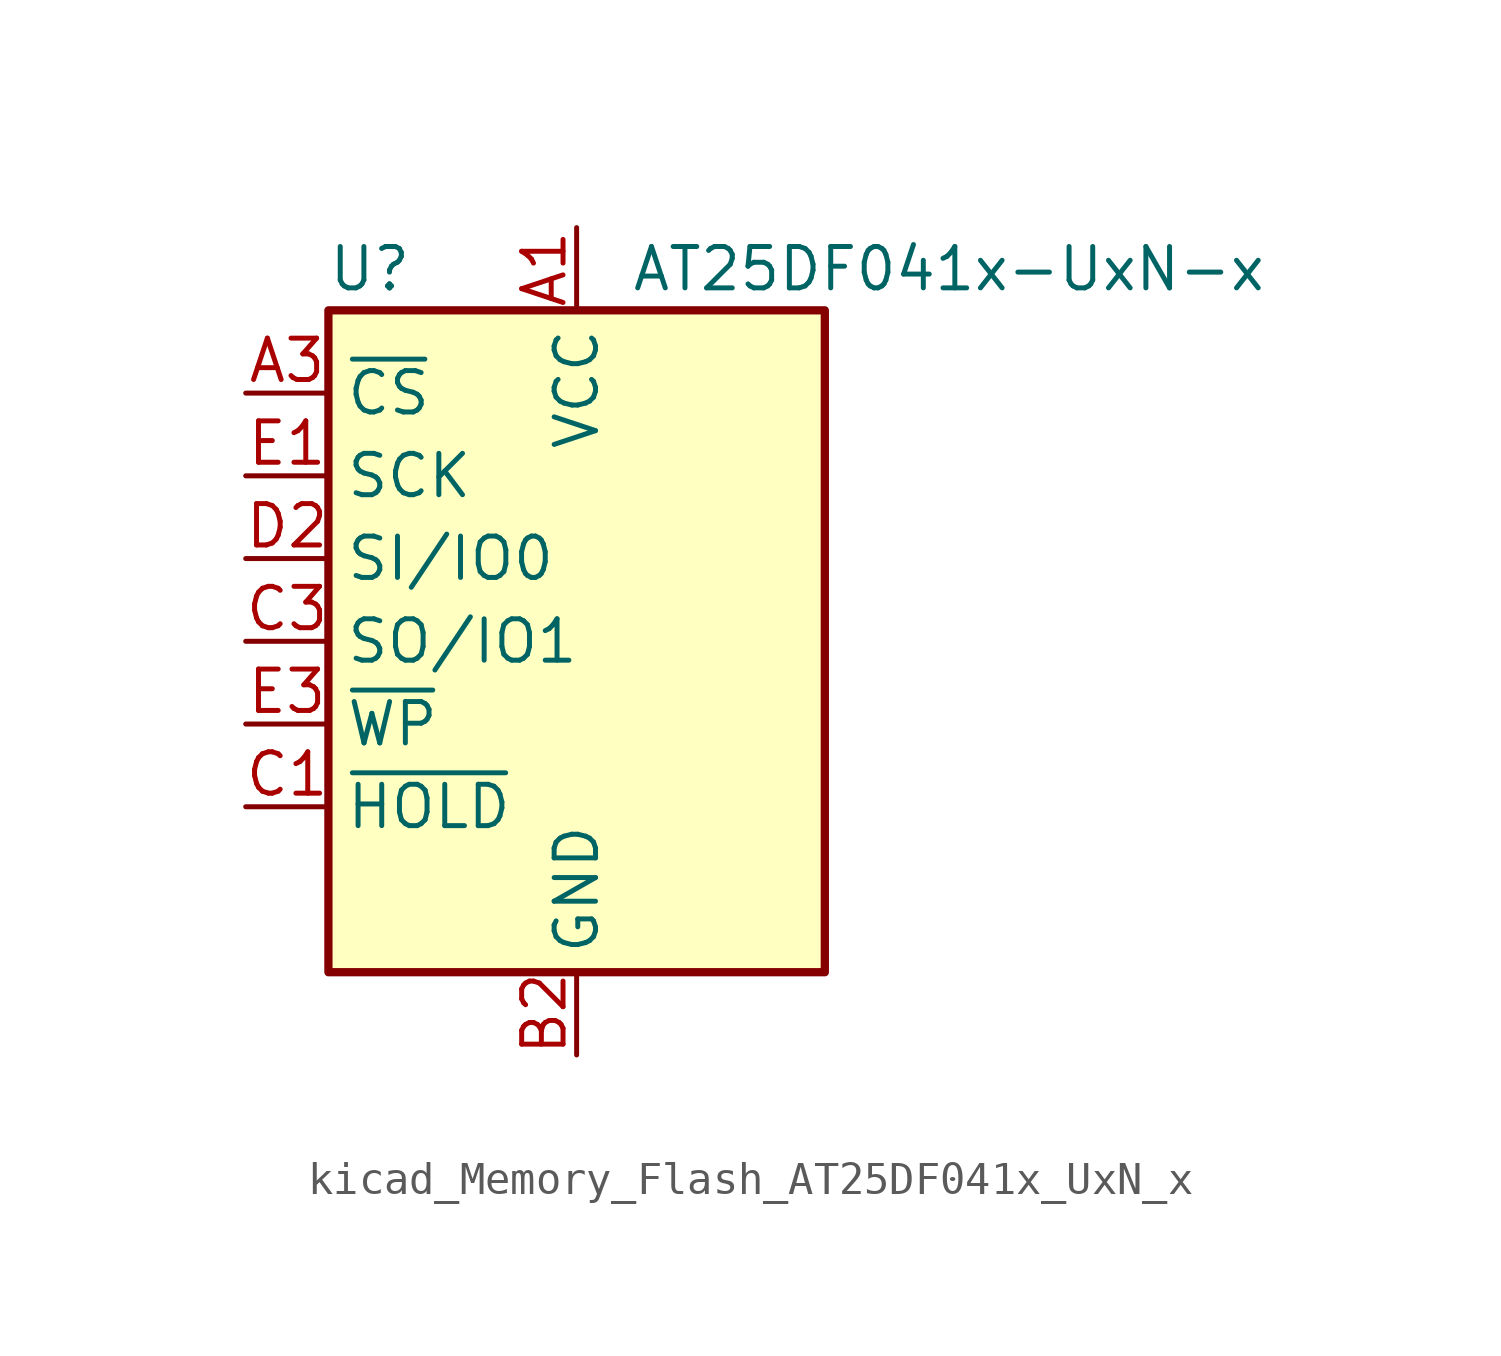
<source format=kicad_sym>
(kicad_symbol_lib
  (version 20220914)
  (generator kicad_symbol_editor)
  (symbol "kicad_Memory_Flash_AT25DF041x_UxN_x"
    (property "Reference" "U"
      (at -6.35 11.43 0)
      (effects (font (size 1.27 1.27))))
    (property "Value" "AT25DF041x-UxN-x"
      (at 11.43 11.43 0)
      (effects (font (size 1.27 1.27))))
    (symbol "kicad_Memory_Flash_AT25DF041x_UxN_x_0_1"
      (rectangle (start -7.62 10.16) (end 7.62 -10.16) (stroke (width 0.254) (type default)) (fill (type background))))
    (symbol "kicad_Memory_Flash_AT25DF041x_UxN_x_1_1"
      (pin power_in line (at 0 12.7 270) (length 2.54) (name "VCC" (effects (font (size 1.27 1.27)))) (number "A1" (effects (font (size 1.27 1.27)))))
      (pin input line (at -10.16 7.62 0) (length 2.54) (name "~{CS}" (effects (font (size 1.27 1.27)))) (number "A3" (effects (font (size 1.27 1.27)))))
      (pin power_in line (at 0 -12.7 90) (length 2.54) (name "GND" (effects (font (size 1.27 1.27)))) (number "B2" (effects (font (size 1.27 1.27)))))
      (pin bidirectional line (at -10.16 -5.08 0) (length 2.54) (name "~{HOLD}" (effects (font (size 1.27 1.27)))) (number "C1" (effects (font (size 1.27 1.27)))))
      (pin bidirectional line (at -10.16 0 0) (length 2.54) (name "SO/IO1" (effects (font (size 1.27 1.27)))) (number "C3" (effects (font (size 1.27 1.27)))))
      (pin bidirectional line (at -10.16 2.54 0) (length 2.54) (name "SI/IO0" (effects (font (size 1.27 1.27)))) (number "D2" (effects (font (size 1.27 1.27)))))
      (pin input line (at -10.16 5.08 0) (length 2.54) (name "SCK" (effects (font (size 1.27 1.27)))) (number "E1" (effects (font (size 1.27 1.27)))))
      (pin bidirectional line (at -10.16 -2.54 0) (length 2.54) (name "~{WP}" (effects (font (size 1.27 1.27)))) (number "E3" (effects (font (size 1.27 1.27))))))))
</source>
